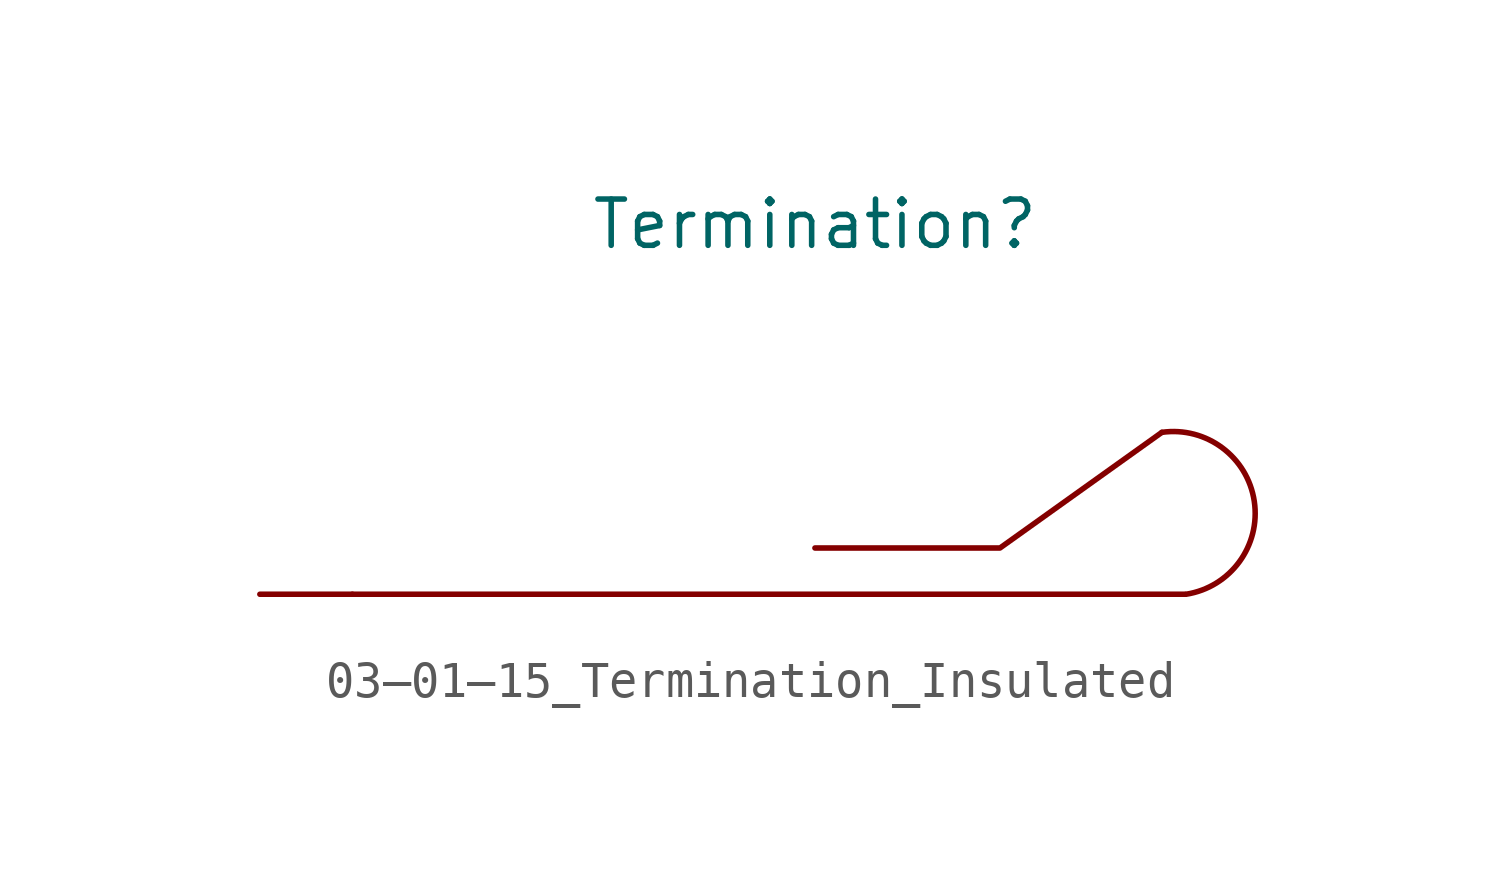
<source format=kicad_sym>
(kicad_symbol_lib
  (version 20201005)
  (generator kicad_symbol_editor)
  (symbol "Symbol_IEC_60617-3:03–01–15_Termination_Insulated"
    (pin_numbers hide)
    (pin_names
      (offset 0) hide)
    (property "Reference" "Termination"
      (at 0 10.16 0)
      (effects (font (size 1.27 1.27))))
    (symbol "03–01–15_Termination_Insulated_0_1"
      (arc (start 10.1919 0) (end 9.525 4.445) (radius (at 9.835 2.219) (length 2.2475) (angles -80.9 97.9)) (stroke (width 0)) (fill (type none)))
      (polyline (pts (xy -12.7 0) (xy 10.16 0)) (stroke (width 0)) (fill (type none)))
      (polyline (pts (xy 0 1.27) (xy 5.08 1.27) (xy 9.525 4.445)) (stroke (width 0)) (fill (type none))))
    (symbol "03–01–15_Termination_Insulated_1_1"
      (pin passive line (at -15.24 0 0) (length 2.54) (name "Termination" (effects (font (size 1.27 1.27)))) (number "1" (effects (font (size 1.27 1.27))))))))
</source>
